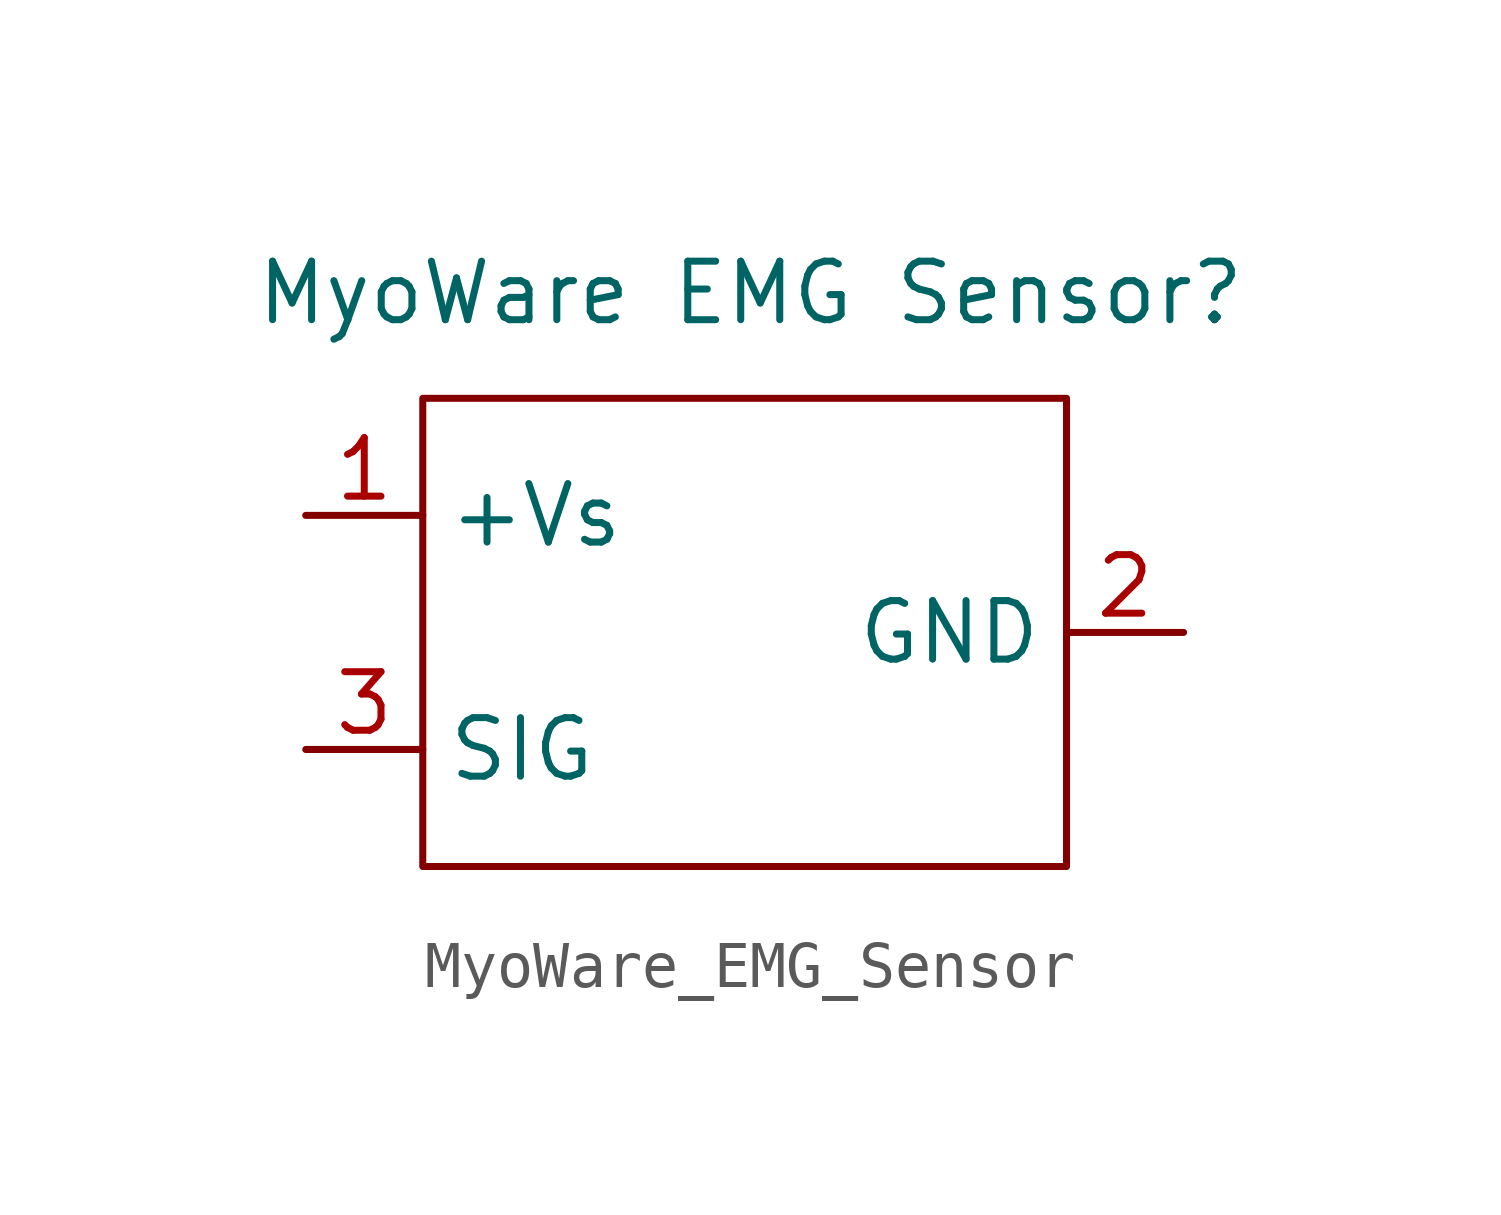
<source format=kicad_sym>
(kicad_symbol_lib
  (version 20241209)
  (generator "kicad_symbol_editor")
  (generator_version "9.0")
  (symbol "MyoWare_EMG_Sensor"
    (property "Reference" "MyoWare EMG Sensor"
      (at -0.508 8.636 0)
      (effects (font (size 1.27 1.27))))
    (property "Value" ""
      (at 0 0 0)
      (effects (font (size 1.27 1.27))))
    (symbol "MyoWare_EMG_Sensor_0_1"
      (rectangle (start -7.62 6.35) (end 6.35 -3.81) (stroke (width 0) (type default)) (fill (type none))))
    (symbol "MyoWare_EMG_Sensor_1_1"
      (pin power_in line (at -10.16 3.81 0) (length 2.54) (name "+Vs" (effects (font (size 1.27 1.27)))) (number "1" (effects (font (size 1.27 1.27)))))
      (pin output line (at -10.16 -1.27 0) (length 2.54) (name "SIG" (effects (font (size 1.27 1.27)))) (number "3" (effects (font (size 1.27 1.27)))))
      (pin power_in line (at 8.89 1.27 180) (length 2.54) (name "GND" (effects (font (size 1.27 1.27)))) (number "2" (effects (font (size 1.27 1.27))))))))
</source>
